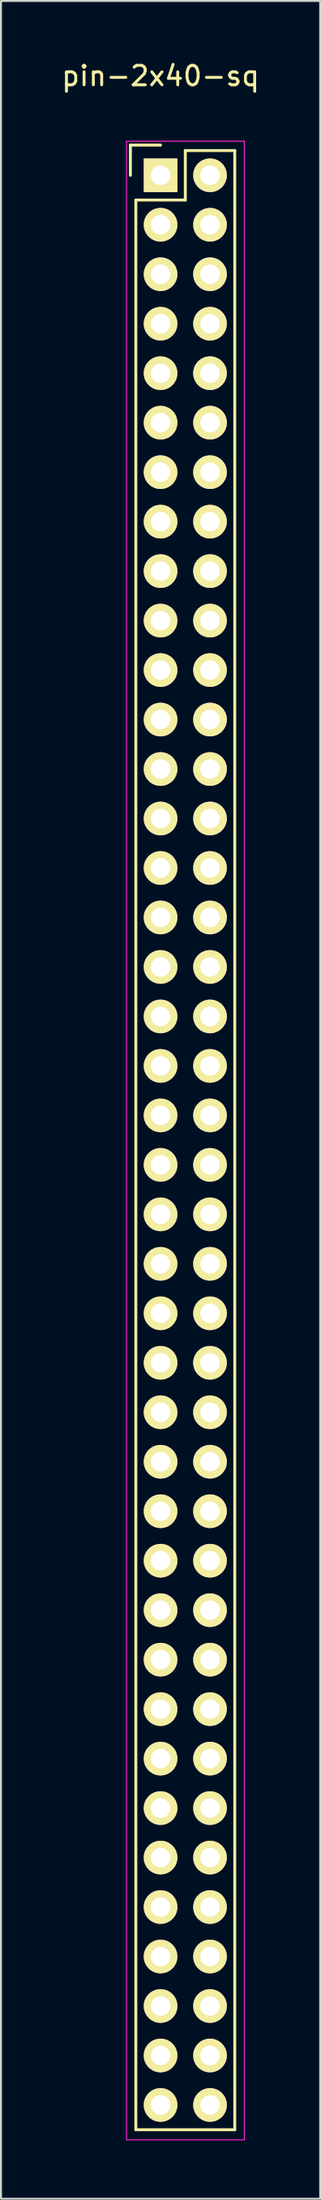
<source format=kicad_pcb>
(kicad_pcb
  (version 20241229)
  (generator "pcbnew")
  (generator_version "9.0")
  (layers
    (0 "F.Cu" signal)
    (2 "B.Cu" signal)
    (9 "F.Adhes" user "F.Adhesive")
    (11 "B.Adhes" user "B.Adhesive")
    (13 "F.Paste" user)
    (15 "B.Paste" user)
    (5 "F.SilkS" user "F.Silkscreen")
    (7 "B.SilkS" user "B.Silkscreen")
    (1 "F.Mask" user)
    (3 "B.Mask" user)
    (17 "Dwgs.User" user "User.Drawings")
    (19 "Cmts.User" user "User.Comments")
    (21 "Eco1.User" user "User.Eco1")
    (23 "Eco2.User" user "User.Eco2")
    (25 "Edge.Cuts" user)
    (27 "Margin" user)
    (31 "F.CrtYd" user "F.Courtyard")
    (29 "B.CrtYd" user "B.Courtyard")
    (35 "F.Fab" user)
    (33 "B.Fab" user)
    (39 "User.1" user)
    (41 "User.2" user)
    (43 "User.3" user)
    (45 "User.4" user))
  (footprint "pin-2x40-sq"
    (layer "F.Cu")
    (at 5.196 5.948)
    (property "Reference" "pin-2x40-sq" (at 0 -5.1 0) (layer "F.SilkS") (effects (font (size 1 1) (thickness 0.15))))
    (attr through_hole)
    (fp_line (start -1.55 -1.55) (end -1.55 0) (stroke (width 0.15) (type solid)) (layer "F.SilkS"))
    (fp_line (start -1.27 100.33) (end -1.27 1.27) (stroke (width 0.15) (type solid)) (layer "F.SilkS"))
    (fp_line (start 0 -1.55) (end -1.55 -1.55) (stroke (width 0.15) (type solid)) (layer "F.SilkS"))
    (fp_line (start 1.27 -1.27) (end 1.27 1.27) (stroke (width 0.15) (type solid)) (layer "F.SilkS"))
    (fp_line (start 1.27 1.27) (end -1.27 1.27) (stroke (width 0.15) (type solid)) (layer "F.SilkS"))
    (fp_line (start 3.81 -1.27) (end 1.27 -1.27) (stroke (width 0.15) (type solid)) (layer "F.SilkS"))
    (fp_line (start 3.81 -1.27) (end 3.81 100.33) (stroke (width 0.15) (type solid)) (layer "F.SilkS"))
    (fp_line (start 3.81 100.33) (end -1.27 100.33) (stroke (width 0.15) (type solid)) (layer "F.SilkS"))
    (fp_line (start -1.75 -1.75) (end -1.75 100.85) (stroke (width 0.05) (type solid)) (layer "F.CrtYd"))
    (fp_line (start -1.75 -1.75) (end 4.3 -1.75) (stroke (width 0.05) (type solid)) (layer "F.CrtYd"))
    (fp_line (start -1.75 100.85) (end 4.3 100.85) (stroke (width 0.05) (type solid)) (layer "F.CrtYd"))
    (fp_line (start 4.3 -1.75) (end 4.3 100.85) (stroke (width 0.05) (type solid)) (layer "F.CrtYd"))
    (pad "1" thru_hole rect (at 0 0) (size 1.727 1.727) (drill 1) (layers "*.Cu" "*.Mask" "F.SilkS"))
    (pad "2" thru_hole oval (at 2.54 0) (size 1.727 1.727) (drill 1) (layers "*.Cu" "*.Mask" "F.SilkS"))
    (pad "3" thru_hole oval (at 0 2.54) (size 1.727 1.727) (drill 1) (layers "*.Cu" "*.Mask" "F.SilkS"))
    (pad "4" thru_hole oval (at 2.54 2.54) (size 1.727 1.727) (drill 1) (layers "*.Cu" "*.Mask" "F.SilkS"))
    (pad "5" thru_hole oval (at 0 5.08) (size 1.727 1.727) (drill 1) (layers "*.Cu" "*.Mask" "F.SilkS"))
    (pad "6" thru_hole oval (at 2.54 5.08) (size 1.727 1.727) (drill 1) (layers "*.Cu" "*.Mask" "F.SilkS"))
    (pad "7" thru_hole oval (at 0 7.62) (size 1.727 1.727) (drill 1) (layers "*.Cu" "*.Mask" "F.SilkS"))
    (pad "8" thru_hole oval (at 2.54 7.62) (size 1.727 1.727) (drill 1) (layers "*.Cu" "*.Mask" "F.SilkS"))
    (pad "9" thru_hole oval (at 0 10.16) (size 1.727 1.727) (drill 1) (layers "*.Cu" "*.Mask" "F.SilkS"))
    (pad "10" thru_hole oval (at 2.54 10.16) (size 1.727 1.727) (drill 1) (layers "*.Cu" "*.Mask" "F.SilkS"))
    (pad "11" thru_hole oval (at 0 12.7) (size 1.727 1.727) (drill 1) (layers "*.Cu" "*.Mask" "F.SilkS"))
    (pad "12" thru_hole oval (at 2.54 12.7) (size 1.727 1.727) (drill 1) (layers "*.Cu" "*.Mask" "F.SilkS"))
    (pad "13" thru_hole oval (at 0 15.24) (size 1.727 1.727) (drill 1) (layers "*.Cu" "*.Mask" "F.SilkS"))
    (pad "14" thru_hole oval (at 2.54 15.24) (size 1.727 1.727) (drill 1) (layers "*.Cu" "*.Mask" "F.SilkS"))
    (pad "15" thru_hole oval (at 0 17.78) (size 1.727 1.727) (drill 1) (layers "*.Cu" "*.Mask" "F.SilkS"))
    (pad "16" thru_hole oval (at 2.54 17.78) (size 1.727 1.727) (drill 1) (layers "*.Cu" "*.Mask" "F.SilkS"))
    (pad "17" thru_hole oval (at 0 20.32) (size 1.727 1.727) (drill 1) (layers "*.Cu" "*.Mask" "F.SilkS"))
    (pad "18" thru_hole oval (at 2.54 20.32) (size 1.727 1.727) (drill 1) (layers "*.Cu" "*.Mask" "F.SilkS"))
    (pad "19" thru_hole oval (at 0 22.86) (size 1.727 1.727) (drill 1) (layers "*.Cu" "*.Mask" "F.SilkS"))
    (pad "20" thru_hole oval (at 2.54 22.86) (size 1.727 1.727) (drill 1) (layers "*.Cu" "*.Mask" "F.SilkS"))
    (pad "21" thru_hole oval (at 0 25.4) (size 1.727 1.727) (drill 1) (layers "*.Cu" "*.Mask" "F.SilkS"))
    (pad "22" thru_hole oval (at 2.54 25.4) (size 1.727 1.727) (drill 1) (layers "*.Cu" "*.Mask" "F.SilkS"))
    (pad "23" thru_hole oval (at 0 27.94) (size 1.727 1.727) (drill 1) (layers "*.Cu" "*.Mask" "F.SilkS"))
    (pad "24" thru_hole oval (at 2.54 27.94) (size 1.727 1.727) (drill 1) (layers "*.Cu" "*.Mask" "F.SilkS"))
    (pad "25" thru_hole oval (at 0 30.48) (size 1.727 1.727) (drill 1) (layers "*.Cu" "*.Mask" "F.SilkS"))
    (pad "26" thru_hole oval (at 2.54 30.48) (size 1.727 1.727) (drill 1) (layers "*.Cu" "*.Mask" "F.SilkS"))
    (pad "27" thru_hole oval (at 0 33.02) (size 1.727 1.727) (drill 1) (layers "*.Cu" "*.Mask" "F.SilkS"))
    (pad "28" thru_hole oval (at 2.54 33.02) (size 1.727 1.727) (drill 1) (layers "*.Cu" "*.Mask" "F.SilkS"))
    (pad "29" thru_hole oval (at 0 35.56) (size 1.727 1.727) (drill 1) (layers "*.Cu" "*.Mask" "F.SilkS"))
    (pad "30" thru_hole oval (at 2.54 35.56) (size 1.727 1.727) (drill 1) (layers "*.Cu" "*.Mask" "F.SilkS"))
    (pad "31" thru_hole oval (at 0 38.1) (size 1.727 1.727) (drill 1) (layers "*.Cu" "*.Mask" "F.SilkS"))
    (pad "32" thru_hole oval (at 2.54 38.1) (size 1.727 1.727) (drill 1) (layers "*.Cu" "*.Mask" "F.SilkS"))
    (pad "33" thru_hole oval (at 0 40.64) (size 1.727 1.727) (drill 1) (layers "*.Cu" "*.Mask" "F.SilkS"))
    (pad "34" thru_hole oval (at 2.54 40.64) (size 1.727 1.727) (drill 1) (layers "*.Cu" "*.Mask" "F.SilkS"))
    (pad "35" thru_hole oval (at 0 43.18) (size 1.727 1.727) (drill 1) (layers "*.Cu" "*.Mask" "F.SilkS"))
    (pad "36" thru_hole oval (at 2.54 43.18) (size 1.727 1.727) (drill 1) (layers "*.Cu" "*.Mask" "F.SilkS"))
    (pad "37" thru_hole oval (at 0 45.72) (size 1.727 1.727) (drill 1) (layers "*.Cu" "*.Mask" "F.SilkS"))
    (pad "38" thru_hole oval (at 2.54 45.72) (size 1.727 1.727) (drill 1) (layers "*.Cu" "*.Mask" "F.SilkS"))
    (pad "39" thru_hole oval (at 0 48.26) (size 1.727 1.727) (drill 1) (layers "*.Cu" "*.Mask" "F.SilkS"))
    (pad "40" thru_hole oval (at 2.54 48.26) (size 1.727 1.727) (drill 1) (layers "*.Cu" "*.Mask" "F.SilkS"))
    (pad "41" thru_hole oval (at 0 50.8) (size 1.727 1.727) (drill 1) (layers "*.Cu" "*.Mask" "F.SilkS"))
    (pad "42" thru_hole oval (at 2.54 50.8) (size 1.727 1.727) (drill 1) (layers "*.Cu" "*.Mask" "F.SilkS"))
    (pad "43" thru_hole oval (at 0 53.34) (size 1.727 1.727) (drill 1) (layers "*.Cu" "*.Mask" "F.SilkS"))
    (pad "44" thru_hole oval (at 2.54 53.34) (size 1.727 1.727) (drill 1) (layers "*.Cu" "*.Mask" "F.SilkS"))
    (pad "45" thru_hole oval (at 0 55.88) (size 1.727 1.727) (drill 1) (layers "*.Cu" "*.Mask" "F.SilkS"))
    (pad "46" thru_hole oval (at 2.54 55.88) (size 1.727 1.727) (drill 1) (layers "*.Cu" "*.Mask" "F.SilkS"))
    (pad "47" thru_hole oval (at 0 58.42) (size 1.727 1.727) (drill 1) (layers "*.Cu" "*.Mask" "F.SilkS"))
    (pad "48" thru_hole oval (at 2.54 58.42) (size 1.727 1.727) (drill 1) (layers "*.Cu" "*.Mask" "F.SilkS"))
    (pad "49" thru_hole oval (at 0 60.96) (size 1.727 1.727) (drill 1) (layers "*.Cu" "*.Mask" "F.SilkS"))
    (pad "50" thru_hole oval (at 2.54 60.96) (size 1.727 1.727) (drill 1) (layers "*.Cu" "*.Mask" "F.SilkS"))
    (pad "51" thru_hole oval (at 0 63.5) (size 1.727 1.727) (drill 1) (layers "*.Cu" "*.Mask" "F.SilkS"))
    (pad "52" thru_hole oval (at 2.54 63.5) (size 1.727 1.727) (drill 1) (layers "*.Cu" "*.Mask" "F.SilkS"))
    (pad "53" thru_hole oval (at 0 66.04) (size 1.727 1.727) (drill 1) (layers "*.Cu" "*.Mask" "F.SilkS"))
    (pad "54" thru_hole oval (at 2.54 66.04) (size 1.727 1.727) (drill 1) (layers "*.Cu" "*.Mask" "F.SilkS"))
    (pad "55" thru_hole oval (at 0 68.58) (size 1.727 1.727) (drill 1) (layers "*.Cu" "*.Mask" "F.SilkS"))
    (pad "56" thru_hole oval (at 2.54 68.58) (size 1.727 1.727) (drill 1) (layers "*.Cu" "*.Mask" "F.SilkS"))
    (pad "57" thru_hole oval (at 0 71.12) (size 1.727 1.727) (drill 1) (layers "*.Cu" "*.Mask" "F.SilkS"))
    (pad "58" thru_hole oval (at 2.54 71.12) (size 1.727 1.727) (drill 1) (layers "*.Cu" "*.Mask" "F.SilkS"))
    (pad "59" thru_hole oval (at 0 73.66) (size 1.727 1.727) (drill 1) (layers "*.Cu" "*.Mask" "F.SilkS"))
    (pad "60" thru_hole oval (at 2.54 73.66) (size 1.727 1.727) (drill 1) (layers "*.Cu" "*.Mask" "F.SilkS"))
    (pad "61" thru_hole oval (at 0 76.2) (size 1.727 1.727) (drill 1) (layers "*.Cu" "*.Mask" "F.SilkS"))
    (pad "62" thru_hole oval (at 2.54 76.2) (size 1.727 1.727) (drill 1) (layers "*.Cu" "*.Mask" "F.SilkS"))
    (pad "63" thru_hole oval (at 0 78.74) (size 1.727 1.727) (drill 1) (layers "*.Cu" "*.Mask" "F.SilkS"))
    (pad "64" thru_hole oval (at 2.54 78.74) (size 1.727 1.727) (drill 1) (layers "*.Cu" "*.Mask" "F.SilkS"))
    (pad "65" thru_hole oval (at 0 81.28) (size 1.727 1.727) (drill 1) (layers "*.Cu" "*.Mask" "F.SilkS"))
    (pad "66" thru_hole oval (at 2.54 81.28) (size 1.727 1.727) (drill 1) (layers "*.Cu" "*.Mask" "F.SilkS"))
    (pad "67" thru_hole oval (at 0 83.82) (size 1.727 1.727) (drill 1) (layers "*.Cu" "*.Mask" "F.SilkS"))
    (pad "68" thru_hole oval (at 2.54 83.82) (size 1.727 1.727) (drill 1) (layers "*.Cu" "*.Mask" "F.SilkS"))
    (pad "69" thru_hole oval (at 0 86.36) (size 1.727 1.727) (drill 1) (layers "*.Cu" "*.Mask" "F.SilkS"))
    (pad "70" thru_hole oval (at 2.54 86.36) (size 1.727 1.727) (drill 1) (layers "*.Cu" "*.Mask" "F.SilkS"))
    (pad "71" thru_hole oval (at 0 88.9) (size 1.727 1.727) (drill 1) (layers "*.Cu" "*.Mask" "F.SilkS"))
    (pad "72" thru_hole oval (at 2.54 88.9) (size 1.727 1.727) (drill 1) (layers "*.Cu" "*.Mask" "F.SilkS"))
    (pad "73" thru_hole oval (at 0 91.44) (size 1.727 1.727) (drill 1) (layers "*.Cu" "*.Mask" "F.SilkS"))
    (pad "74" thru_hole oval (at 2.54 91.44) (size 1.727 1.727) (drill 1) (layers "*.Cu" "*.Mask" "F.SilkS"))
    (pad "75" thru_hole oval (at 0 93.98) (size 1.727 1.727) (drill 1) (layers "*.Cu" "*.Mask" "F.SilkS"))
    (pad "76" thru_hole oval (at 2.54 93.98) (size 1.727 1.727) (drill 1) (layers "*.Cu" "*.Mask" "F.SilkS"))
    (pad "77" thru_hole oval (at 0 96.52) (size 1.727 1.727) (drill 1) (layers "*.Cu" "*.Mask" "F.SilkS"))
    (pad "78" thru_hole oval (at 2.54 96.52) (size 1.727 1.727) (drill 1) (layers "*.Cu" "*.Mask" "F.SilkS"))
    (pad "79" thru_hole oval (at 0 99.06) (size 1.727 1.727) (drill 1) (layers "*.Cu" "*.Mask" "F.SilkS"))
    (pad "80" thru_hole oval (at 2.54 99.06) (size 1.727 1.727) (drill 1) (layers "*.Cu" "*.Mask" "F.SilkS")))
  (gr_rect
    (start -3 -3)
    (end 13.393 109.823)
    (stroke (width 0.1) (type default))
    (fill no)
    (layer "Edge.Cuts")))
</source>
